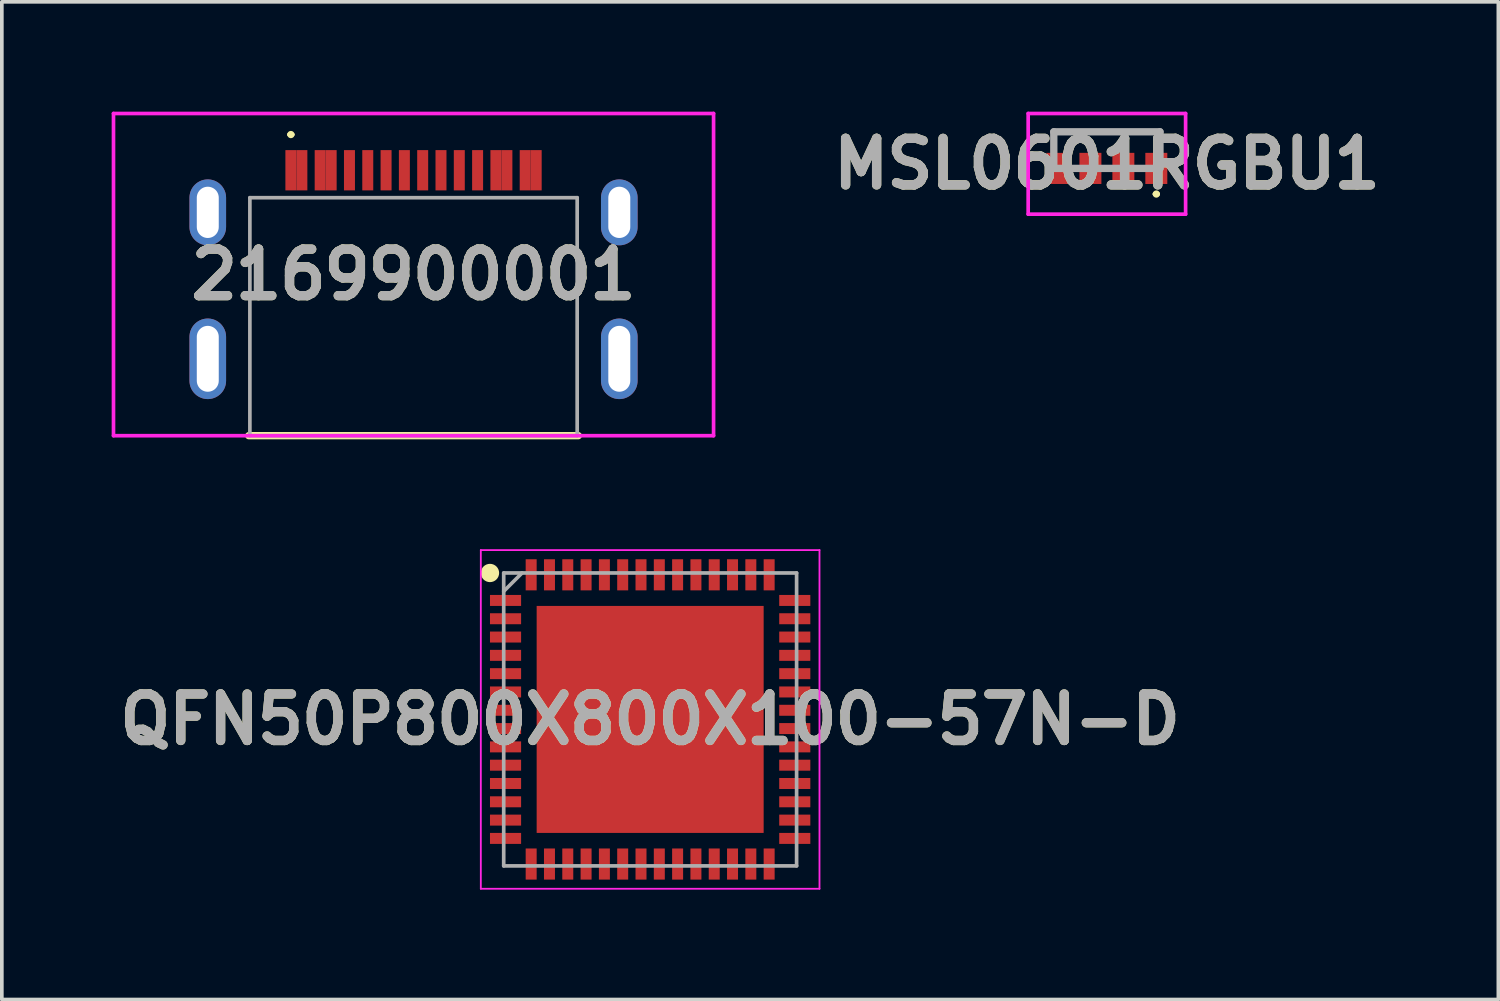
<source format=kicad_pcb>
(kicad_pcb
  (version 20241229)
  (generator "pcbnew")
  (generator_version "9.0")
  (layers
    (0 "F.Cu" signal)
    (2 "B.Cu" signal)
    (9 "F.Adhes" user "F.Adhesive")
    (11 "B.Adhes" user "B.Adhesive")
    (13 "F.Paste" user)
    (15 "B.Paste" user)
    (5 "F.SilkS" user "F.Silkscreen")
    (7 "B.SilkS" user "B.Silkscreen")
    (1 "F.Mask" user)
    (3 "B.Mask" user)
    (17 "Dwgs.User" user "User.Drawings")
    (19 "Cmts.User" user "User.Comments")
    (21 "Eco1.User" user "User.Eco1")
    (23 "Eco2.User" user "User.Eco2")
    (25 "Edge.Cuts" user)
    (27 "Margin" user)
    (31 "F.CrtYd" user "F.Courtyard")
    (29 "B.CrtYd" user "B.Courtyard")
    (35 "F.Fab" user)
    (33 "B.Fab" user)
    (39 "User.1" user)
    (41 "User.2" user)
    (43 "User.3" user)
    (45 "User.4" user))
  (footprint "MSL0601RGBU1"
    (layer "F.Cu")
    (at 27.183 1.55)
    (property "Reference" "MSL0601RGBU1" (at 0 -0.125 0) (layer "F.SilkS") (effects (font (size 1.27 1.27) (thickness 0.254))))
    (attr smd)
    (fp_line (start -1.45 -1) (end -1.45 -0.7) (stroke (width 0.1) (type solid)) (layer "F.SilkS"))
    (fp_line (start 1.3 0.7) (end 1.3 0.7) (stroke (width 0.1) (type solid)) (layer "F.SilkS"))
    (fp_line (start 1.4 0.7) (end 1.4 0.7) (stroke (width 0.1) (type solid)) (layer "F.SilkS"))
    (fp_line (start 1.45 -1) (end -1.45 -1) (stroke (width 0.1) (type solid)) (layer "F.SilkS"))
    (fp_line (start 1.45 -0.7) (end 1.45 -1) (stroke (width 0.1) (type solid)) (layer "F.SilkS"))
    (fp_arc (start 1.3 0.7) (mid 1.35 0.65) (end 1.4 0.7) (stroke (width 0.1) (type solid)) (layer "F.SilkS"))
    (fp_arc (start 1.4 0.7) (mid 1.35 0.75) (end 1.3 0.7) (stroke (width 0.1) (type solid)) (layer "F.SilkS"))
    (fp_line (start -2.15 -1.5) (end 2.15 -1.5) (stroke (width 0.1) (type solid)) (layer "F.CrtYd"))
    (fp_line (start -2.15 1.25) (end -2.15 -1.5) (stroke (width 0.1) (type solid)) (layer "F.CrtYd"))
    (fp_line (start 2.15 -1.5) (end 2.15 1.25) (stroke (width 0.1) (type solid)) (layer "F.CrtYd"))
    (fp_line (start 2.15 1.25) (end -2.15 1.25) (stroke (width 0.1) (type solid)) (layer "F.CrtYd"))
    (fp_line (start -1.45 -1) (end 1.45 -1) (stroke (width 0.2) (type solid)) (layer "F.Fab"))
    (fp_line (start -1.45 0) (end -1.45 -1) (stroke (width 0.2) (type solid)) (layer "F.Fab"))
    (fp_line (start 1.45 -1) (end 1.45 0) (stroke (width 0.2) (type solid)) (layer "F.Fab"))
    (fp_line (start 1.45 0) (end -1.45 0) (stroke (width 0.2) (type solid)) (layer "F.Fab"))
    (fp_text user "${REFERENCE}" (at 0 -0.125 0) (layer "F.Fab") (effects (font (size 1.27 1.27) (thickness 0.254))))
    (pad "1" smd rect (at 1.35 0) (size 0.6 0.85) (layers "F.Cu" "F.Mask" "F.Paste"))
    (pad "2" smd rect (at 0.45 0) (size 0.6 0.85) (layers "F.Cu" "F.Mask" "F.Paste"))
    (pad "3" smd rect (at -0.45 0) (size 0.6 0.85) (layers "F.Cu" "F.Mask" "F.Paste"))
    (pad "4" smd rect (at -1.35 0) (size 0.6 0.85) (layers "F.Cu" "F.Mask" "F.Paste")))
  (footprint "QFN50P800X800X100-57N-D"
    (layer "F.Cu")
    (at 14.708 16.6)
    (property "Reference" "QFN50P800X800X100-57N-D" (at 0 0 0) (layer "F.SilkS") (effects (font (size 1.27 1.27) (thickness 0.254))))
    (attr smd)
    (fp_circle (center -4.375 -4) (end -4.375 -3.875) (stroke (width 0.25) (type solid)) (fill no) (layer "F.SilkS"))
    (fp_line (start -4.625 -4.625) (end 4.625 -4.625) (stroke (width 0.05) (type solid)) (layer "F.CrtYd"))
    (fp_line (start -4.625 4.625) (end -4.625 -4.625) (stroke (width 0.05) (type solid)) (layer "F.CrtYd"))
    (fp_line (start 4.625 -4.625) (end 4.625 4.625) (stroke (width 0.05) (type solid)) (layer "F.CrtYd"))
    (fp_line (start 4.625 4.625) (end -4.625 4.625) (stroke (width 0.05) (type solid)) (layer "F.CrtYd"))
    (fp_line (start -4 -4) (end 4 -4) (stroke (width 0.1) (type solid)) (layer "F.Fab"))
    (fp_line (start -4 -3.5) (end -3.5 -4) (stroke (width 0.1) (type solid)) (layer "F.Fab"))
    (fp_line (start -4 4) (end -4 -4) (stroke (width 0.1) (type solid)) (layer "F.Fab"))
    (fp_line (start 4 -4) (end 4 4) (stroke (width 0.1) (type solid)) (layer "F.Fab"))
    (fp_line (start 4 4) (end -4 4) (stroke (width 0.1) (type solid)) (layer "F.Fab"))
    (fp_text user "${REFERENCE}" (at 0 0 0) (layer "F.Fab") (effects (font (size 1.27 1.27) (thickness 0.254))))
    (pad "1" smd rect (at -3.95 -3.25 90) (size 0.3 0.85) (layers "F.Cu" "F.Mask" "F.Paste"))
    (pad "2" smd rect (at -3.95 -2.75 90) (size 0.3 0.85) (layers "F.Cu" "F.Mask" "F.Paste"))
    (pad "3" smd rect (at -3.95 -2.25 90) (size 0.3 0.85) (layers "F.Cu" "F.Mask" "F.Paste"))
    (pad "4" smd rect (at -3.95 -1.75 90) (size 0.3 0.85) (layers "F.Cu" "F.Mask" "F.Paste"))
    (pad "5" smd rect (at -3.95 -1.25 90) (size 0.3 0.85) (layers "F.Cu" "F.Mask" "F.Paste"))
    (pad "6" smd rect (at -3.95 -0.75 90) (size 0.3 0.85) (layers "F.Cu" "F.Mask" "F.Paste"))
    (pad "7" smd rect (at -3.95 -0.25 90) (size 0.3 0.85) (layers "F.Cu" "F.Mask" "F.Paste"))
    (pad "8" smd rect (at -3.95 0.25 90) (size 0.3 0.85) (layers "F.Cu" "F.Mask" "F.Paste"))
    (pad "9" smd rect (at -3.95 0.75 90) (size 0.3 0.85) (layers "F.Cu" "F.Mask" "F.Paste"))
    (pad "10" smd rect (at -3.95 1.25 90) (size 0.3 0.85) (layers "F.Cu" "F.Mask" "F.Paste"))
    (pad "11" smd rect (at -3.95 1.75 90) (size 0.3 0.85) (layers "F.Cu" "F.Mask" "F.Paste"))
    (pad "12" smd rect (at -3.95 2.25 90) (size 0.3 0.85) (layers "F.Cu" "F.Mask" "F.Paste"))
    (pad "13" smd rect (at -3.95 2.75 90) (size 0.3 0.85) (layers "F.Cu" "F.Mask" "F.Paste"))
    (pad "14" smd rect (at -3.95 3.25 90) (size 0.3 0.85) (layers "F.Cu" "F.Mask" "F.Paste"))
    (pad "15" smd rect (at -3.25 3.95) (size 0.3 0.85) (layers "F.Cu" "F.Mask" "F.Paste"))
    (pad "16" smd rect (at -2.75 3.95) (size 0.3 0.85) (layers "F.Cu" "F.Mask" "F.Paste"))
    (pad "17" smd rect (at -2.25 3.95) (size 0.3 0.85) (layers "F.Cu" "F.Mask" "F.Paste"))
    (pad "18" smd rect (at -1.75 3.95) (size 0.3 0.85) (layers "F.Cu" "F.Mask" "F.Paste"))
    (pad "19" smd rect (at -1.25 3.95) (size 0.3 0.85) (layers "F.Cu" "F.Mask" "F.Paste"))
    (pad "20" smd rect (at -0.75 3.95) (size 0.3 0.85) (layers "F.Cu" "F.Mask" "F.Paste"))
    (pad "21" smd rect (at -0.25 3.95) (size 0.3 0.85) (layers "F.Cu" "F.Mask" "F.Paste"))
    (pad "22" smd rect (at 0.25 3.95) (size 0.3 0.85) (layers "F.Cu" "F.Mask" "F.Paste"))
    (pad "23" smd rect (at 0.75 3.95) (size 0.3 0.85) (layers "F.Cu" "F.Mask" "F.Paste"))
    (pad "24" smd rect (at 1.25 3.95) (size 0.3 0.85) (layers "F.Cu" "F.Mask" "F.Paste"))
    (pad "25" smd rect (at 1.75 3.95) (size 0.3 0.85) (layers "F.Cu" "F.Mask" "F.Paste"))
    (pad "26" smd rect (at 2.25 3.95) (size 0.3 0.85) (layers "F.Cu" "F.Mask" "F.Paste"))
    (pad "27" smd rect (at 2.75 3.95) (size 0.3 0.85) (layers "F.Cu" "F.Mask" "F.Paste"))
    (pad "28" smd rect (at 3.25 3.95) (size 0.3 0.85) (layers "F.Cu" "F.Mask" "F.Paste"))
    (pad "29" smd rect (at 3.95 3.25 90) (size 0.3 0.85) (layers "F.Cu" "F.Mask" "F.Paste"))
    (pad "30" smd rect (at 3.95 2.75 90) (size 0.3 0.85) (layers "F.Cu" "F.Mask" "F.Paste"))
    (pad "31" smd rect (at 3.95 2.25 90) (size 0.3 0.85) (layers "F.Cu" "F.Mask" "F.Paste"))
    (pad "32" smd rect (at 3.95 1.75 90) (size 0.3 0.85) (layers "F.Cu" "F.Mask" "F.Paste"))
    (pad "33" smd rect (at 3.95 1.25 90) (size 0.3 0.85) (layers "F.Cu" "F.Mask" "F.Paste"))
    (pad "34" smd rect (at 3.95 0.75 90) (size 0.3 0.85) (layers "F.Cu" "F.Mask" "F.Paste"))
    (pad "35" smd rect (at 3.95 0.25 90) (size 0.3 0.85) (layers "F.Cu" "F.Mask" "F.Paste"))
    (pad "36" smd rect (at 3.95 -0.25 90) (size 0.3 0.85) (layers "F.Cu" "F.Mask" "F.Paste"))
    (pad "37" smd rect (at 3.95 -0.75 90) (size 0.3 0.85) (layers "F.Cu" "F.Mask" "F.Paste"))
    (pad "38" smd rect (at 3.95 -1.25 90) (size 0.3 0.85) (layers "F.Cu" "F.Mask" "F.Paste"))
    (pad "39" smd rect (at 3.95 -1.75 90) (size 0.3 0.85) (layers "F.Cu" "F.Mask" "F.Paste"))
    (pad "40" smd rect (at 3.95 -2.25 90) (size 0.3 0.85) (layers "F.Cu" "F.Mask" "F.Paste"))
    (pad "41" smd rect (at 3.95 -2.75 90) (size 0.3 0.85) (layers "F.Cu" "F.Mask" "F.Paste"))
    (pad "42" smd rect (at 3.95 -3.25 90) (size 0.3 0.85) (layers "F.Cu" "F.Mask" "F.Paste"))
    (pad "43" smd rect (at 3.25 -3.95) (size 0.3 0.85) (layers "F.Cu" "F.Mask" "F.Paste"))
    (pad "44" smd rect (at 2.75 -3.95) (size 0.3 0.85) (layers "F.Cu" "F.Mask" "F.Paste"))
    (pad "45" smd rect (at 2.25 -3.95) (size 0.3 0.85) (layers "F.Cu" "F.Mask" "F.Paste"))
    (pad "46" smd rect (at 1.75 -3.95) (size 0.3 0.85) (layers "F.Cu" "F.Mask" "F.Paste"))
    (pad "47" smd rect (at 1.25 -3.95) (size 0.3 0.85) (layers "F.Cu" "F.Mask" "F.Paste"))
    (pad "48" smd rect (at 0.75 -3.95) (size 0.3 0.85) (layers "F.Cu" "F.Mask" "F.Paste"))
    (pad "49" smd rect (at 0.25 -3.95) (size 0.3 0.85) (layers "F.Cu" "F.Mask" "F.Paste"))
    (pad "50" smd rect (at -0.25 -3.95) (size 0.3 0.85) (layers "F.Cu" "F.Mask" "F.Paste"))
    (pad "51" smd rect (at -0.75 -3.95) (size 0.3 0.85) (layers "F.Cu" "F.Mask" "F.Paste"))
    (pad "52" smd rect (at -1.25 -3.95) (size 0.3 0.85) (layers "F.Cu" "F.Mask" "F.Paste"))
    (pad "53" smd rect (at -1.75 -3.95) (size 0.3 0.85) (layers "F.Cu" "F.Mask" "F.Paste"))
    (pad "54" smd rect (at -2.25 -3.95) (size 0.3 0.85) (layers "F.Cu" "F.Mask" "F.Paste"))
    (pad "55" smd rect (at -2.75 -3.95) (size 0.3 0.85) (layers "F.Cu" "F.Mask" "F.Paste"))
    (pad "56" smd rect (at -3.25 -3.95) (size 0.3 0.85) (layers "F.Cu" "F.Mask" "F.Paste"))
    (pad "57" smd rect (at 0 0) (size 6.2 6.2) (layers "F.Cu" "F.Mask" "F.Paste")))
  (footprint "2169900001"
    (layer "F.Cu")
    (at 8.245 5.225)
    (property "Reference" "2169900001" (at 0 -0.775 0) (layer "F.SilkS") (effects (font (size 1.27 1.27) (thickness 0.254))))
    (attr through_hole)
    (fp_line (start -4.5 3.625) (end 4.5 3.625) (stroke (width 0.2) (type solid)) (layer "F.SilkS"))
    (fp_line (start -3.4 -4.6) (end -3.4 -4.6) (stroke (width 0.1) (type solid)) (layer "F.SilkS"))
    (fp_line (start -3.3 -4.6) (end -3.3 -4.6) (stroke (width 0.1) (type solid)) (layer "F.SilkS"))
    (fp_arc (start -3.4 -4.6) (mid -3.35 -4.65) (end -3.3 -4.6) (stroke (width 0.1) (type solid)) (layer "F.SilkS"))
    (fp_arc (start -3.3 -4.6) (mid -3.35 -4.55) (end -3.4 -4.6) (stroke (width 0.1) (type solid)) (layer "F.SilkS"))
    (fp_line (start -8.195 -5.175) (end 8.195 -5.175) (stroke (width 0.1) (type solid)) (layer "F.CrtYd"))
    (fp_line (start -8.195 3.625) (end -8.195 -5.175) (stroke (width 0.1) (type solid)) (layer "F.CrtYd"))
    (fp_line (start 8.195 -5.175) (end 8.195 3.625) (stroke (width 0.1) (type solid)) (layer "F.CrtYd"))
    (fp_line (start 8.195 3.625) (end -8.195 3.625) (stroke (width 0.1) (type solid)) (layer "F.CrtYd"))
    (fp_line (start -4.47 -2.875) (end 4.47 -2.875) (stroke (width 0.1) (type solid)) (layer "F.Fab"))
    (fp_line (start -4.47 3.625) (end -4.47 -2.875) (stroke (width 0.1) (type solid)) (layer "F.Fab"))
    (fp_line (start 4.47 -2.875) (end 4.47 3.625) (stroke (width 0.1) (type solid)) (layer "F.Fab"))
    (fp_line (start 4.47 3.625) (end -4.47 3.625) (stroke (width 0.1) (type solid)) (layer "F.Fab"))
    (fp_text user "${REFERENCE}" (at 0 -0.775 0) (layer "F.Fab") (effects (font (size 1.27 1.27) (thickness 0.254))))
    (pad "A1" smd rect (at -3.35 -3.625) (size 0.3 1.1) (layers "F.Cu" "F.Mask" "F.Paste"))
    (pad "A4" smd rect (at -2.55 -3.625) (size 0.3 1.1) (layers "F.Cu" "F.Mask" "F.Paste"))
    (pad "A5" smd rect (at -1.25 -3.625) (size 0.3 1.1) (layers "F.Cu" "F.Mask" "F.Paste"))
    (pad "A6" smd rect (at -0.25 -3.625) (size 0.3 1.1) (layers "F.Cu" "F.Mask" "F.Paste"))
    (pad "A7" smd rect (at 0.25 -3.625) (size 0.3 1.1) (layers "F.Cu" "F.Mask" "F.Paste"))
    (pad "A8" smd rect (at 1.25 -3.625) (size 0.3 1.1) (layers "F.Cu" "F.Mask" "F.Paste"))
    (pad "A9" smd rect (at 2.55 -3.625) (size 0.3 1.1) (layers "F.Cu" "F.Mask" "F.Paste"))
    (pad "A12" smd rect (at 3.35 -3.625) (size 0.3 1.1) (layers "F.Cu" "F.Mask" "F.Paste"))
    (pad "B1" smd rect (at 3.05 -3.625) (size 0.3 1.1) (layers "F.Cu" "F.Mask" "F.Paste"))
    (pad "B4" smd rect (at 2.25 -3.625) (size 0.3 1.1) (layers "F.Cu" "F.Mask" "F.Paste"))
    (pad "B5" smd rect (at 1.75 -3.625) (size 0.3 1.1) (layers "F.Cu" "F.Mask" "F.Paste"))
    (pad "B6" smd rect (at 0.75 -3.625) (size 0.3 1.1) (layers "F.Cu" "F.Mask" "F.Paste"))
    (pad "B7" smd rect (at -0.75 -3.625) (size 0.3 1.1) (layers "F.Cu" "F.Mask" "F.Paste"))
    (pad "B8" smd rect (at -1.75 -3.625) (size 0.3 1.1) (layers "F.Cu" "F.Mask" "F.Paste"))
    (pad "B9" smd rect (at -2.25 -3.625) (size 0.3 1.1) (layers "F.Cu" "F.Mask" "F.Paste"))
    (pad "B12" smd rect (at -3.05 -3.625) (size 0.3 1.1) (layers "F.Cu" "F.Mask" "F.Paste"))
    (pad "MH1" thru_hole oval (at -5.62 -2.475) (size 1 1.8) (drill oval 0.6 1.4) (layers "*.Cu" "*.Mask"))
    (pad "MH2" thru_hole oval (at -5.62 1.525) (size 1 2.2) (drill oval 0.6 1.8) (layers "*.Cu" "*.Mask"))
    (pad "MH3" thru_hole oval (at 5.62 -2.475) (size 1 1.8) (drill oval 0.6 1.4) (layers "*.Cu" "*.Mask"))
    (pad "MH4" thru_hole oval (at 5.62 1.525) (size 1 2.2) (drill oval 0.6 1.8) (layers "*.Cu" "*.Mask")))
  (gr_rect
    (start -3 -3)
    (end 37.875 24.25)
    (stroke (width 0.1) (type default))
    (fill no)
    (layer "Edge.Cuts")))
</source>
